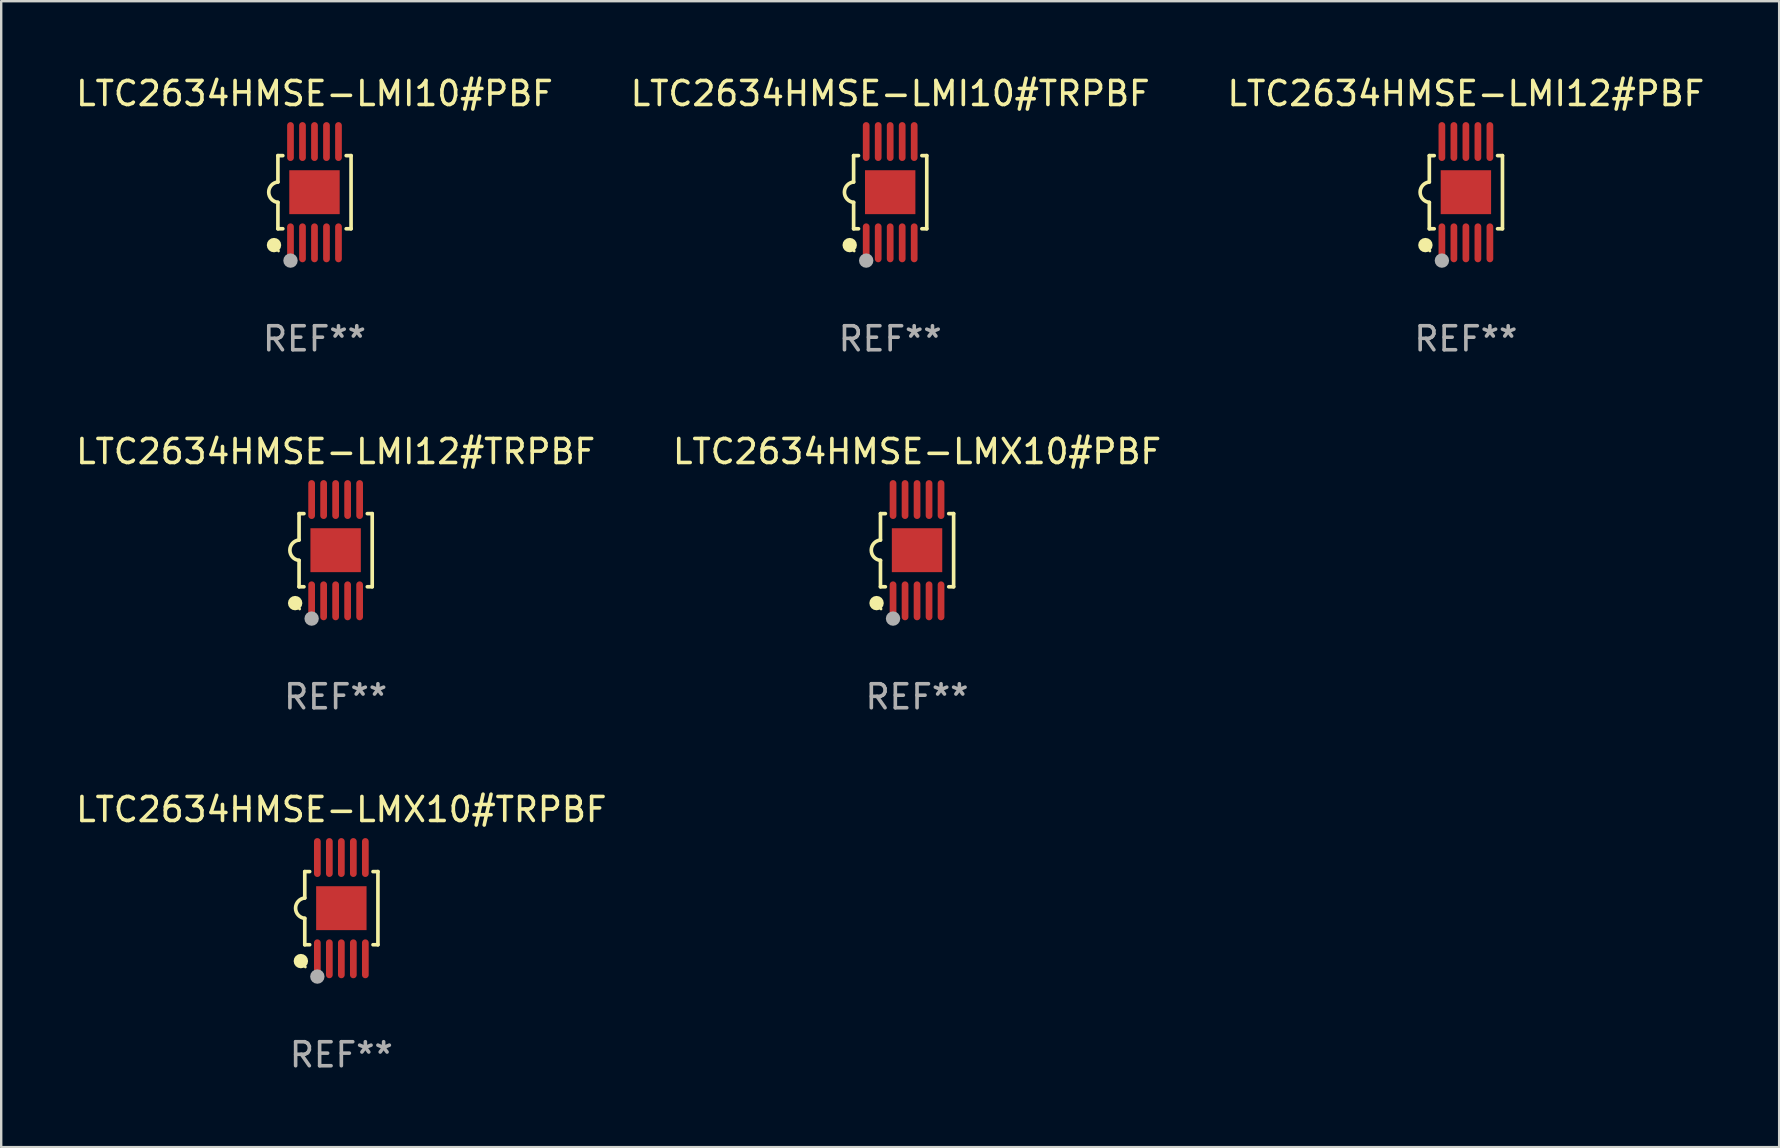
<source format=kicad_pcb>
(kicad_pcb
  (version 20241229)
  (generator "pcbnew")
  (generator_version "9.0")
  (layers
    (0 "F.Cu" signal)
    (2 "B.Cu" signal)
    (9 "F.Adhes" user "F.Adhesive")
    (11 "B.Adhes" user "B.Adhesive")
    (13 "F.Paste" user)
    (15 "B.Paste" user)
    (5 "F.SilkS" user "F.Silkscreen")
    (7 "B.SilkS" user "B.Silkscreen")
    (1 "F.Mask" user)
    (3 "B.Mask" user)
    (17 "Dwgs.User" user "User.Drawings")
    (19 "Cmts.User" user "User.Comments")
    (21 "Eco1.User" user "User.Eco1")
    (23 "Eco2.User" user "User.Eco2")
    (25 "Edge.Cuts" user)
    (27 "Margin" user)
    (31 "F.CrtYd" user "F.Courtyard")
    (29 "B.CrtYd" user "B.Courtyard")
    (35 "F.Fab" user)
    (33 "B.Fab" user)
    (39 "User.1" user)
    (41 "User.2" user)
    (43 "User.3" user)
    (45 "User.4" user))
  (footprint "LTC2634HMSE-LMI10#PBF"
    (layer "F.Cu")
    (at 10.054 4.958)
    (property "Reference" "LTC2634HMSE-LMI10#PBF" (at 0 -4.11 0) (layer "F.SilkS") (effects (font (size 1 1) (thickness 0.15))))
    (attr through_hole)
    (fp_line (start -1.524 -1.524) (end -1.524 -0.424) (stroke (width 0.152) (type solid)) (layer "F.SilkS"))
    (fp_line (start -1.524 1.524) (end -1.524 0.424) (stroke (width 0.152) (type solid)) (layer "F.SilkS"))
    (fp_line (start -1.524 1.524) (end -1.32 1.524) (stroke (width 0.152) (type solid)) (layer "F.SilkS"))
    (fp_line (start -1.32 -1.524) (end -1.524 -1.524) (stroke (width 0.152) (type solid)) (layer "F.SilkS"))
    (fp_line (start 1.32 1.524) (end 1.524 1.524) (stroke (width 0.152) (type solid)) (layer "F.SilkS"))
    (fp_line (start 1.524 -1.524) (end 1.32 -1.524) (stroke (width 0.152) (type solid)) (layer "F.SilkS"))
    (fp_line (start 1.524 1.524) (end 1.524 -1.524) (stroke (width 0.152) (type solid)) (layer "F.SilkS"))
    (fp_arc (start -1.524003 0.424003) (mid -1.906663 -0.000089) (end -1.524004 -0.424181) (stroke (width 0.151994) (type solid)) (layer "F.SilkS"))
    (fp_circle (center -1.687 2.205) (end -1.537 2.205) (stroke (width 0.3) (type solid)) (fill no) (layer "F.SilkS"))
    (fp_circle (center -1.5 2.45) (end -1.47 2.45) (stroke (width 0.06) (type solid)) (fill no) (layer "F.SilkS"))
    (fp_circle (center -1 2.85) (end -0.85 2.85) (stroke (width 0.3) (type solid)) (fill no) (layer "F.Fab"))
    (fp_text user "REF**" (at 0 6.11 0) (layer "F.Fab") (effects (font (size 1 1) (thickness 0.15))))
    (pad "1" smd oval (at -1 2.11) (size 0.28 1.62) (layers "F.Cu" "F.Mask" "F.Paste"))
    (pad "2" smd oval (at -0.5 2.11) (size 0.28 1.62) (layers "F.Cu" "F.Mask" "F.Paste"))
    (pad "3" smd oval (at 0 2.11) (size 0.28 1.62) (layers "F.Cu" "F.Mask" "F.Paste"))
    (pad "4" smd oval (at 0.5 2.11) (size 0.28 1.62) (layers "F.Cu" "F.Mask" "F.Paste"))
    (pad "5" smd oval (at 1 2.11) (size 0.28 1.62) (layers "F.Cu" "F.Mask" "F.Paste"))
    (pad "6" smd oval (at 1 -2.11) (size 0.28 1.62) (layers "F.Cu" "F.Mask" "F.Paste"))
    (pad "7" smd oval (at 0.5 -2.11) (size 0.28 1.62) (layers "F.Cu" "F.Mask" "F.Paste"))
    (pad "8" smd oval (at 0 -2.11) (size 0.28 1.62) (layers "F.Cu" "F.Mask" "F.Paste"))
    (pad "9" smd oval (at -0.5 -2.11) (size 0.28 1.62) (layers "F.Cu" "F.Mask" "F.Paste"))
    (pad "10" smd oval (at -1 -2.11) (size 0.28 1.62) (layers "F.Cu" "F.Mask" "F.Paste"))
    (pad "11" smd rect (at 0 0) (size 2.1 1.83) (layers "F.Cu" "F.Mask" "F.Paste")))
  (footprint "LTC2634HMSE-LMX10#TRPBF"
    (layer "F.Cu")
    (at 11.173 34.791)
    (property "Reference" "LTC2634HMSE-LMX10#TRPBF" (at 0 -4.11 0) (layer "F.SilkS") (effects (font (size 1 1) (thickness 0.15))))
    (attr through_hole)
    (fp_line (start -1.524 -1.524) (end -1.524 -0.424) (stroke (width 0.152) (type solid)) (layer "F.SilkS"))
    (fp_line (start -1.524 1.524) (end -1.524 0.424) (stroke (width 0.152) (type solid)) (layer "F.SilkS"))
    (fp_line (start -1.524 1.524) (end -1.32 1.524) (stroke (width 0.152) (type solid)) (layer "F.SilkS"))
    (fp_line (start -1.32 -1.524) (end -1.524 -1.524) (stroke (width 0.152) (type solid)) (layer "F.SilkS"))
    (fp_line (start 1.32 1.524) (end 1.524 1.524) (stroke (width 0.152) (type solid)) (layer "F.SilkS"))
    (fp_line (start 1.524 -1.524) (end 1.32 -1.524) (stroke (width 0.152) (type solid)) (layer "F.SilkS"))
    (fp_line (start 1.524 1.524) (end 1.524 -1.524) (stroke (width 0.152) (type solid)) (layer "F.SilkS"))
    (fp_arc (start -1.524003 0.424003) (mid -1.906663 -0.000089) (end -1.524004 -0.424181) (stroke (width 0.151994) (type solid)) (layer "F.SilkS"))
    (fp_circle (center -1.687 2.205) (end -1.537 2.205) (stroke (width 0.3) (type solid)) (fill no) (layer "F.SilkS"))
    (fp_circle (center -1.5 2.45) (end -1.47 2.45) (stroke (width 0.06) (type solid)) (fill no) (layer "F.SilkS"))
    (fp_circle (center -1 2.85) (end -0.85 2.85) (stroke (width 0.3) (type solid)) (fill no) (layer "F.Fab"))
    (fp_text user "REF**" (at 0 6.11 0) (layer "F.Fab") (effects (font (size 1 1) (thickness 0.15))))
    (pad "1" smd oval (at -1 2.11) (size 0.28 1.62) (layers "F.Cu" "F.Mask" "F.Paste"))
    (pad "2" smd oval (at -0.5 2.11) (size 0.28 1.62) (layers "F.Cu" "F.Mask" "F.Paste"))
    (pad "3" smd oval (at 0 2.11) (size 0.28 1.62) (layers "F.Cu" "F.Mask" "F.Paste"))
    (pad "4" smd oval (at 0.5 2.11) (size 0.28 1.62) (layers "F.Cu" "F.Mask" "F.Paste"))
    (pad "5" smd oval (at 1 2.11) (size 0.28 1.62) (layers "F.Cu" "F.Mask" "F.Paste"))
    (pad "6" smd oval (at 1 -2.11) (size 0.28 1.62) (layers "F.Cu" "F.Mask" "F.Paste"))
    (pad "7" smd oval (at 0.5 -2.11) (size 0.28 1.62) (layers "F.Cu" "F.Mask" "F.Paste"))
    (pad "8" smd oval (at 0 -2.11) (size 0.28 1.62) (layers "F.Cu" "F.Mask" "F.Paste"))
    (pad "9" smd oval (at -0.5 -2.11) (size 0.28 1.62) (layers "F.Cu" "F.Mask" "F.Paste"))
    (pad "10" smd oval (at -1 -2.11) (size 0.28 1.62) (layers "F.Cu" "F.Mask" "F.Paste"))
    (pad "11" smd rect (at 0 0) (size 2.1 1.83) (layers "F.Cu" "F.Mask" "F.Paste")))
  (footprint "LTC2634HMSE-LMI12#TRPBF"
    (layer "F.Cu")
    (at 10.935 19.875)
    (property "Reference" "LTC2634HMSE-LMI12#TRPBF" (at 0 -4.11 0) (layer "F.SilkS") (effects (font (size 1 1) (thickness 0.15))))
    (attr through_hole)
    (fp_line (start -1.524 -1.524) (end -1.524 -0.424) (stroke (width 0.152) (type solid)) (layer "F.SilkS"))
    (fp_line (start -1.524 1.524) (end -1.524 0.424) (stroke (width 0.152) (type solid)) (layer "F.SilkS"))
    (fp_line (start -1.524 1.524) (end -1.32 1.524) (stroke (width 0.152) (type solid)) (layer "F.SilkS"))
    (fp_line (start -1.32 -1.524) (end -1.524 -1.524) (stroke (width 0.152) (type solid)) (layer "F.SilkS"))
    (fp_line (start 1.32 1.524) (end 1.524 1.524) (stroke (width 0.152) (type solid)) (layer "F.SilkS"))
    (fp_line (start 1.524 -1.524) (end 1.32 -1.524) (stroke (width 0.152) (type solid)) (layer "F.SilkS"))
    (fp_line (start 1.524 1.524) (end 1.524 -1.524) (stroke (width 0.152) (type solid)) (layer "F.SilkS"))
    (fp_arc (start -1.524003 0.424003) (mid -1.906663 -0.000089) (end -1.524004 -0.424181) (stroke (width 0.151994) (type solid)) (layer "F.SilkS"))
    (fp_circle (center -1.687 2.205) (end -1.537 2.205) (stroke (width 0.3) (type solid)) (fill no) (layer "F.SilkS"))
    (fp_circle (center -1.5 2.45) (end -1.47 2.45) (stroke (width 0.06) (type solid)) (fill no) (layer "F.SilkS"))
    (fp_circle (center -1 2.85) (end -0.85 2.85) (stroke (width 0.3) (type solid)) (fill no) (layer "F.Fab"))
    (fp_text user "REF**" (at 0 6.11 0) (layer "F.Fab") (effects (font (size 1 1) (thickness 0.15))))
    (pad "1" smd oval (at -1 2.11) (size 0.28 1.62) (layers "F.Cu" "F.Mask" "F.Paste"))
    (pad "2" smd oval (at -0.5 2.11) (size 0.28 1.62) (layers "F.Cu" "F.Mask" "F.Paste"))
    (pad "3" smd oval (at 0 2.11) (size 0.28 1.62) (layers "F.Cu" "F.Mask" "F.Paste"))
    (pad "4" smd oval (at 0.5 2.11) (size 0.28 1.62) (layers "F.Cu" "F.Mask" "F.Paste"))
    (pad "5" smd oval (at 1 2.11) (size 0.28 1.62) (layers "F.Cu" "F.Mask" "F.Paste"))
    (pad "6" smd oval (at 1 -2.11) (size 0.28 1.62) (layers "F.Cu" "F.Mask" "F.Paste"))
    (pad "7" smd oval (at 0.5 -2.11) (size 0.28 1.62) (layers "F.Cu" "F.Mask" "F.Paste"))
    (pad "8" smd oval (at 0 -2.11) (size 0.28 1.62) (layers "F.Cu" "F.Mask" "F.Paste"))
    (pad "9" smd oval (at -0.5 -2.11) (size 0.28 1.62) (layers "F.Cu" "F.Mask" "F.Paste"))
    (pad "10" smd oval (at -1 -2.11) (size 0.28 1.62) (layers "F.Cu" "F.Mask" "F.Paste"))
    (pad "11" smd rect (at 0 0) (size 2.1 1.83) (layers "F.Cu" "F.Mask" "F.Paste")))
  (footprint "LTC2634HMSE-LMI12#PBF"
    (layer "F.Cu")
    (at 58.03 4.958)
    (property "Reference" "LTC2634HMSE-LMI12#PBF" (at 0 -4.11 0) (layer "F.SilkS") (effects (font (size 1 1) (thickness 0.15))))
    (attr through_hole)
    (fp_line (start -1.524 -1.524) (end -1.524 -0.424) (stroke (width 0.152) (type solid)) (layer "F.SilkS"))
    (fp_line (start -1.524 1.524) (end -1.524 0.424) (stroke (width 0.152) (type solid)) (layer "F.SilkS"))
    (fp_line (start -1.524 1.524) (end -1.32 1.524) (stroke (width 0.152) (type solid)) (layer "F.SilkS"))
    (fp_line (start -1.32 -1.524) (end -1.524 -1.524) (stroke (width 0.152) (type solid)) (layer "F.SilkS"))
    (fp_line (start 1.32 1.524) (end 1.524 1.524) (stroke (width 0.152) (type solid)) (layer "F.SilkS"))
    (fp_line (start 1.524 -1.524) (end 1.32 -1.524) (stroke (width 0.152) (type solid)) (layer "F.SilkS"))
    (fp_line (start 1.524 1.524) (end 1.524 -1.524) (stroke (width 0.152) (type solid)) (layer "F.SilkS"))
    (fp_arc (start -1.524003 0.424003) (mid -1.906663 -0.000089) (end -1.524004 -0.424181) (stroke (width 0.151994) (type solid)) (layer "F.SilkS"))
    (fp_circle (center -1.687 2.205) (end -1.537 2.205) (stroke (width 0.3) (type solid)) (fill no) (layer "F.SilkS"))
    (fp_circle (center -1.5 2.45) (end -1.47 2.45) (stroke (width 0.06) (type solid)) (fill no) (layer "F.SilkS"))
    (fp_circle (center -1 2.85) (end -0.85 2.85) (stroke (width 0.3) (type solid)) (fill no) (layer "F.Fab"))
    (fp_text user "REF**" (at 0 6.11 0) (layer "F.Fab") (effects (font (size 1 1) (thickness 0.15))))
    (pad "1" smd oval (at -1 2.11) (size 0.28 1.62) (layers "F.Cu" "F.Mask" "F.Paste"))
    (pad "2" smd oval (at -0.5 2.11) (size 0.28 1.62) (layers "F.Cu" "F.Mask" "F.Paste"))
    (pad "3" smd oval (at 0 2.11) (size 0.28 1.62) (layers "F.Cu" "F.Mask" "F.Paste"))
    (pad "4" smd oval (at 0.5 2.11) (size 0.28 1.62) (layers "F.Cu" "F.Mask" "F.Paste"))
    (pad "5" smd oval (at 1 2.11) (size 0.28 1.62) (layers "F.Cu" "F.Mask" "F.Paste"))
    (pad "6" smd oval (at 1 -2.11) (size 0.28 1.62) (layers "F.Cu" "F.Mask" "F.Paste"))
    (pad "7" smd oval (at 0.5 -2.11) (size 0.28 1.62) (layers "F.Cu" "F.Mask" "F.Paste"))
    (pad "8" smd oval (at 0 -2.11) (size 0.28 1.62) (layers "F.Cu" "F.Mask" "F.Paste"))
    (pad "9" smd oval (at -0.5 -2.11) (size 0.28 1.62) (layers "F.Cu" "F.Mask" "F.Paste"))
    (pad "10" smd oval (at -1 -2.11) (size 0.28 1.62) (layers "F.Cu" "F.Mask" "F.Paste"))
    (pad "11" smd rect (at 0 0) (size 2.1 1.83) (layers "F.Cu" "F.Mask" "F.Paste")))
  (footprint "LTC2634HMSE-LMX10#PBF"
    (layer "F.Cu")
    (at 35.161 19.875)
    (property "Reference" "LTC2634HMSE-LMX10#PBF" (at 0 -4.11 0) (layer "F.SilkS") (effects (font (size 1 1) (thickness 0.15))))
    (attr through_hole)
    (fp_line (start -1.524 -1.524) (end -1.524 -0.424) (stroke (width 0.152) (type solid)) (layer "F.SilkS"))
    (fp_line (start -1.524 1.524) (end -1.524 0.424) (stroke (width 0.152) (type solid)) (layer "F.SilkS"))
    (fp_line (start -1.524 1.524) (end -1.32 1.524) (stroke (width 0.152) (type solid)) (layer "F.SilkS"))
    (fp_line (start -1.32 -1.524) (end -1.524 -1.524) (stroke (width 0.152) (type solid)) (layer "F.SilkS"))
    (fp_line (start 1.32 1.524) (end 1.524 1.524) (stroke (width 0.152) (type solid)) (layer "F.SilkS"))
    (fp_line (start 1.524 -1.524) (end 1.32 -1.524) (stroke (width 0.152) (type solid)) (layer "F.SilkS"))
    (fp_line (start 1.524 1.524) (end 1.524 -1.524) (stroke (width 0.152) (type solid)) (layer "F.SilkS"))
    (fp_arc (start -1.524003 0.424003) (mid -1.906663 -0.000089) (end -1.524004 -0.424181) (stroke (width 0.151994) (type solid)) (layer "F.SilkS"))
    (fp_circle (center -1.687 2.205) (end -1.537 2.205) (stroke (width 0.3) (type solid)) (fill no) (layer "F.SilkS"))
    (fp_circle (center -1.5 2.45) (end -1.47 2.45) (stroke (width 0.06) (type solid)) (fill no) (layer "F.SilkS"))
    (fp_circle (center -1 2.85) (end -0.85 2.85) (stroke (width 0.3) (type solid)) (fill no) (layer "F.Fab"))
    (fp_text user "REF**" (at 0 6.11 0) (layer "F.Fab") (effects (font (size 1 1) (thickness 0.15))))
    (pad "1" smd oval (at -1 2.11) (size 0.28 1.62) (layers "F.Cu" "F.Mask" "F.Paste"))
    (pad "2" smd oval (at -0.5 2.11) (size 0.28 1.62) (layers "F.Cu" "F.Mask" "F.Paste"))
    (pad "3" smd oval (at 0 2.11) (size 0.28 1.62) (layers "F.Cu" "F.Mask" "F.Paste"))
    (pad "4" smd oval (at 0.5 2.11) (size 0.28 1.62) (layers "F.Cu" "F.Mask" "F.Paste"))
    (pad "5" smd oval (at 1 2.11) (size 0.28 1.62) (layers "F.Cu" "F.Mask" "F.Paste"))
    (pad "6" smd oval (at 1 -2.11) (size 0.28 1.62) (layers "F.Cu" "F.Mask" "F.Paste"))
    (pad "7" smd oval (at 0.5 -2.11) (size 0.28 1.62) (layers "F.Cu" "F.Mask" "F.Paste"))
    (pad "8" smd oval (at 0 -2.11) (size 0.28 1.62) (layers "F.Cu" "F.Mask" "F.Paste"))
    (pad "9" smd oval (at -0.5 -2.11) (size 0.28 1.62) (layers "F.Cu" "F.Mask" "F.Paste"))
    (pad "10" smd oval (at -1 -2.11) (size 0.28 1.62) (layers "F.Cu" "F.Mask" "F.Paste"))
    (pad "11" smd rect (at 0 0) (size 2.1 1.83) (layers "F.Cu" "F.Mask" "F.Paste")))
  (footprint "LTC2634HMSE-LMI10#TRPBF"
    (layer "F.Cu")
    (at 34.042 4.958)
    (property "Reference" "LTC2634HMSE-LMI10#TRPBF" (at 0 -4.11 0) (layer "F.SilkS") (effects (font (size 1 1) (thickness 0.15))))
    (attr through_hole)
    (fp_line (start -1.524 -1.524) (end -1.524 -0.424) (stroke (width 0.152) (type solid)) (layer "F.SilkS"))
    (fp_line (start -1.524 1.524) (end -1.524 0.424) (stroke (width 0.152) (type solid)) (layer "F.SilkS"))
    (fp_line (start -1.524 1.524) (end -1.32 1.524) (stroke (width 0.152) (type solid)) (layer "F.SilkS"))
    (fp_line (start -1.32 -1.524) (end -1.524 -1.524) (stroke (width 0.152) (type solid)) (layer "F.SilkS"))
    (fp_line (start 1.32 1.524) (end 1.524 1.524) (stroke (width 0.152) (type solid)) (layer "F.SilkS"))
    (fp_line (start 1.524 -1.524) (end 1.32 -1.524) (stroke (width 0.152) (type solid)) (layer "F.SilkS"))
    (fp_line (start 1.524 1.524) (end 1.524 -1.524) (stroke (width 0.152) (type solid)) (layer "F.SilkS"))
    (fp_arc (start -1.524003 0.424003) (mid -1.906663 -0.000089) (end -1.524004 -0.424181) (stroke (width 0.151994) (type solid)) (layer "F.SilkS"))
    (fp_circle (center -1.687 2.205) (end -1.537 2.205) (stroke (width 0.3) (type solid)) (fill no) (layer "F.SilkS"))
    (fp_circle (center -1.5 2.45) (end -1.47 2.45) (stroke (width 0.06) (type solid)) (fill no) (layer "F.SilkS"))
    (fp_circle (center -1 2.85) (end -0.85 2.85) (stroke (width 0.3) (type solid)) (fill no) (layer "F.Fab"))
    (fp_text user "REF**" (at 0 6.11 0) (layer "F.Fab") (effects (font (size 1 1) (thickness 0.15))))
    (pad "1" smd oval (at -1 2.11) (size 0.28 1.62) (layers "F.Cu" "F.Mask" "F.Paste"))
    (pad "2" smd oval (at -0.5 2.11) (size 0.28 1.62) (layers "F.Cu" "F.Mask" "F.Paste"))
    (pad "3" smd oval (at 0 2.11) (size 0.28 1.62) (layers "F.Cu" "F.Mask" "F.Paste"))
    (pad "4" smd oval (at 0.5 2.11) (size 0.28 1.62) (layers "F.Cu" "F.Mask" "F.Paste"))
    (pad "5" smd oval (at 1 2.11) (size 0.28 1.62) (layers "F.Cu" "F.Mask" "F.Paste"))
    (pad "6" smd oval (at 1 -2.11) (size 0.28 1.62) (layers "F.Cu" "F.Mask" "F.Paste"))
    (pad "7" smd oval (at 0.5 -2.11) (size 0.28 1.62) (layers "F.Cu" "F.Mask" "F.Paste"))
    (pad "8" smd oval (at 0 -2.11) (size 0.28 1.62) (layers "F.Cu" "F.Mask" "F.Paste"))
    (pad "9" smd oval (at -0.5 -2.11) (size 0.28 1.62) (layers "F.Cu" "F.Mask" "F.Paste"))
    (pad "10" smd oval (at -1 -2.11) (size 0.28 1.62) (layers "F.Cu" "F.Mask" "F.Paste"))
    (pad "11" smd rect (at 0 0) (size 2.1 1.83) (layers "F.Cu" "F.Mask" "F.Paste")))
  (gr_rect
    (start -3 -3)
    (end 71.083 44.749)
    (stroke (width 0.1) (type default))
    (fill no)
    (layer "Edge.Cuts")))
</source>
